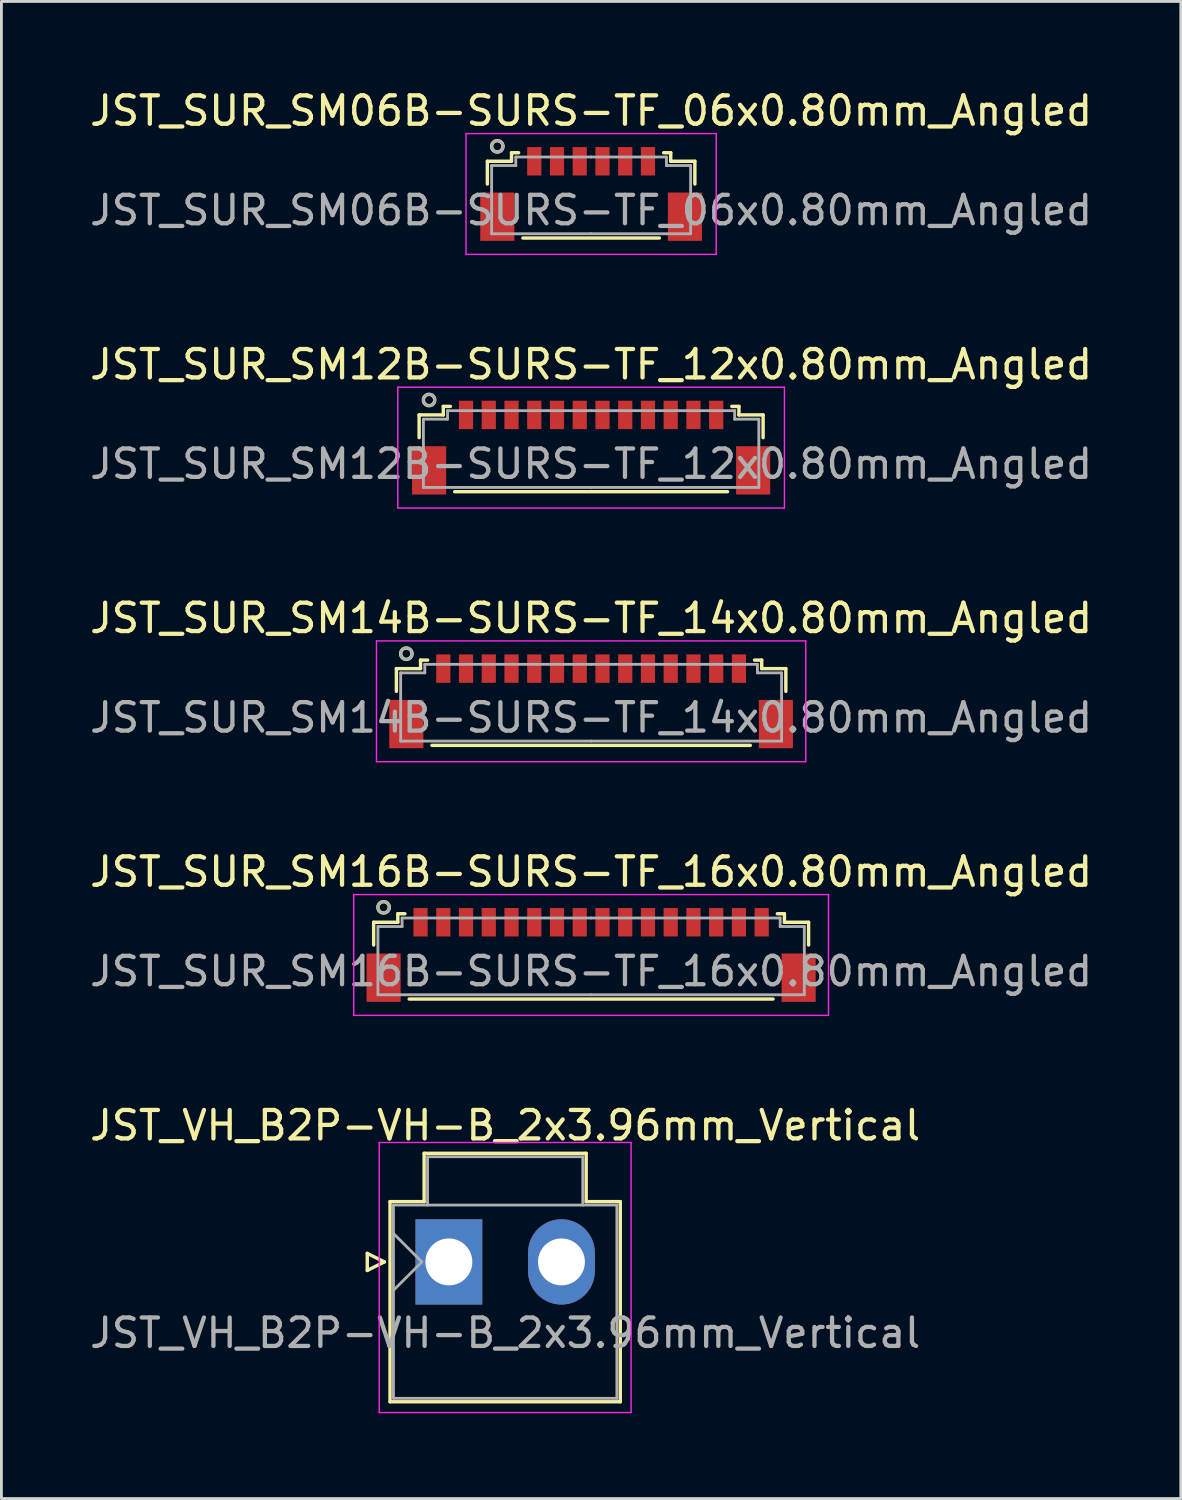
<source format=kicad_pcb>
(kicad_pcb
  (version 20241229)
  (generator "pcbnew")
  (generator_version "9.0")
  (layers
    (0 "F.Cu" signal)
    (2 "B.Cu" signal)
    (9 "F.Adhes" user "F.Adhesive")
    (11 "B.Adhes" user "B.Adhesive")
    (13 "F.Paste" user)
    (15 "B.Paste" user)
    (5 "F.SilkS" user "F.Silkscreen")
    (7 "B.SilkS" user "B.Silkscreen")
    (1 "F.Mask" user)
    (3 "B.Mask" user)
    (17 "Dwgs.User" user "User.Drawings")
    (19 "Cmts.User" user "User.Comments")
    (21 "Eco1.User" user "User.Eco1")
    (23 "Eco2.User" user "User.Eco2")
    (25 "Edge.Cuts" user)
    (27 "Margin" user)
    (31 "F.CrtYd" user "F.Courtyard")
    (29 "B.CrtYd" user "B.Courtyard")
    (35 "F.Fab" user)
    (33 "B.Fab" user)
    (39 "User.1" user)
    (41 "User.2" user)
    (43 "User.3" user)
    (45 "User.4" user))
  (footprint "JST_VH_B2P-VH-B_2x3.96mm_Vertical"
    (layer "F.Cu")
    (at 12.74 41.341)
    (property "Reference" "JST_VH_B2P-VH-B_2x3.96mm_Vertical" (at 1.98 -4.8 0) (layer "F.SilkS") (effects (font (size 1 1) (thickness 0.15))))
    (attr through_hole)
    (fp_line (start -2.87 -0.3) (end -2.27 0) (stroke (width 0.12) (type solid)) (layer "F.SilkS"))
    (fp_line (start -2.87 0.3) (end -2.87 -0.3) (stroke (width 0.12) (type solid)) (layer "F.SilkS"))
    (fp_line (start -2.27 0) (end -2.87 0.3) (stroke (width 0.12) (type solid)) (layer "F.SilkS"))
    (fp_line (start -2.07 -2.12) (end -0.87 -2.12) (stroke (width 0.12) (type solid)) (layer "F.SilkS"))
    (fp_line (start -2.07 4.92) (end -2.07 -2.12) (stroke (width 0.12) (type solid)) (layer "F.SilkS"))
    (fp_line (start -0.87 -3.82) (end 4.83 -3.82) (stroke (width 0.12) (type solid)) (layer "F.SilkS"))
    (fp_line (start -0.87 -2.12) (end -0.87 -3.82) (stroke (width 0.12) (type solid)) (layer "F.SilkS"))
    (fp_line (start 4.83 -3.82) (end 4.83 -2.12) (stroke (width 0.12) (type solid)) (layer "F.SilkS"))
    (fp_line (start 4.83 -2.12) (end 6.03 -2.12) (stroke (width 0.12) (type solid)) (layer "F.SilkS"))
    (fp_line (start 6.03 -2.12) (end 6.03 4.92) (stroke (width 0.12) (type solid)) (layer "F.SilkS"))
    (fp_line (start 6.03 4.92) (end -2.07 4.92) (stroke (width 0.12) (type solid)) (layer "F.SilkS"))
    (fp_line (start -2.45 -4.2) (end -2.45 5.3) (stroke (width 0.05) (type solid)) (layer "F.CrtYd"))
    (fp_line (start -2.45 5.3) (end 6.41 5.3) (stroke (width 0.05) (type solid)) (layer "F.CrtYd"))
    (fp_line (start 6.41 -4.2) (end -2.45 -4.2) (stroke (width 0.05) (type solid)) (layer "F.CrtYd"))
    (fp_line (start 6.41 5.3) (end 6.41 -4.2) (stroke (width 0.05) (type solid)) (layer "F.CrtYd"))
    (fp_line (start -1.95 -2) (end -1.95 4.8) (stroke (width 0.1) (type solid)) (layer "F.Fab"))
    (fp_line (start -1.95 -1) (end -0.95 0) (stroke (width 0.1) (type solid)) (layer "F.Fab"))
    (fp_line (start -1.95 1) (end -0.95 0) (stroke (width 0.1) (type solid)) (layer "F.Fab"))
    (fp_line (start -1.95 4.8) (end 5.91 4.8) (stroke (width 0.1) (type solid)) (layer "F.Fab"))
    (fp_line (start -0.75 -3.7) (end 4.71 -3.7) (stroke (width 0.1) (type solid)) (layer "F.Fab"))
    (fp_line (start -0.75 -2) (end -0.75 -3.7) (stroke (width 0.1) (type solid)) (layer "F.Fab"))
    (fp_line (start 4.71 -3.7) (end 4.71 -2) (stroke (width 0.1) (type solid)) (layer "F.Fab"))
    (fp_line (start 5.91 -2) (end -1.95 -2) (stroke (width 0.1) (type solid)) (layer "F.Fab"))
    (fp_line (start 5.91 4.8) (end 5.91 -2) (stroke (width 0.1) (type solid)) (layer "F.Fab"))
    (fp_text user "${REFERENCE}" (at 1.98 2.5 0) (layer "F.Fab") (effects (font (size 1 1) (thickness 0.15))))
    (pad "1" thru_hole rect (at 0 0) (size 2.35 3) (drill 1.65) (layers "*.Cu" "*.Mask"))
    (pad "2" thru_hole oval (at 3.96 0) (size 2.35 3) (drill 1.65) (layers "*.Cu" "*.Mask")))
  (footprint "JST_SUR_SM06B-SURS-TF_06x0.80mm_Angled"
    (layer "F.Cu")
    (at 17.744 3.598)
    (property "Reference" "JST_SUR_SM06B-SURS-TF_06x0.80mm_Angled" (at 0 -2.75 0) (layer "F.SilkS") (effects (font (size 1 1) (thickness 0.15))))
    (attr smd)
    (fp_line (start -3.65 -0.975) (end -3.65 -0.175) (stroke (width 0.12) (type solid)) (layer "F.SilkS"))
    (fp_line (start -2.8 -1.275) (end -2.8 -0.975) (stroke (width 0.12) (type solid)) (layer "F.SilkS"))
    (fp_line (start -2.8 -0.975) (end -3.65 -0.975) (stroke (width 0.12) (type solid)) (layer "F.SilkS"))
    (fp_line (start -2.55 -1.275) (end -2.8 -1.275) (stroke (width 0.12) (type solid)) (layer "F.SilkS"))
    (fp_line (start -2.4 1.725) (end 2.4 1.725) (stroke (width 0.12) (type solid)) (layer "F.SilkS"))
    (fp_line (start 2.55 -1.275) (end 2.8 -1.275) (stroke (width 0.12) (type solid)) (layer "F.SilkS"))
    (fp_line (start 2.8 -1.275) (end 2.8 -0.975) (stroke (width 0.12) (type solid)) (layer "F.SilkS"))
    (fp_line (start 2.8 -0.975) (end 3.65 -0.975) (stroke (width 0.12) (type solid)) (layer "F.SilkS"))
    (fp_line (start 3.65 -0.975) (end 3.65 -0.175) (stroke (width 0.12) (type solid)) (layer "F.SilkS"))
    (fp_circle (center -3.3 -1.5) (end -3.1 -1.5) (stroke (width 0.12) (type solid)) (fill no) (layer "F.SilkS"))
    (fp_line (start -4.4 -1.95) (end 4.4 -1.95) (stroke (width 0.05) (type solid)) (layer "F.CrtYd"))
    (fp_line (start -4.4 2.3) (end -4.4 -1.95) (stroke (width 0.05) (type solid)) (layer "F.CrtYd"))
    (fp_line (start 4.4 -1.95) (end 4.4 2.3) (stroke (width 0.05) (type solid)) (layer "F.CrtYd"))
    (fp_line (start 4.4 2.3) (end -4.4 2.3) (stroke (width 0.05) (type solid)) (layer "F.CrtYd"))
    (fp_line (start -3.5 -0.825) (end -3.5 1.575) (stroke (width 0.1) (type solid)) (layer "F.Fab"))
    (fp_line (start -3.5 1.575) (end 0 1.575) (stroke (width 0.1) (type solid)) (layer "F.Fab"))
    (fp_line (start -2.65 -1.125) (end -2.65 -0.825) (stroke (width 0.1) (type solid)) (layer "F.Fab"))
    (fp_line (start -2.65 -0.825) (end -3.5 -0.825) (stroke (width 0.1) (type solid)) (layer "F.Fab"))
    (fp_line (start 0 -1.125) (end -2.65 -1.125) (stroke (width 0.1) (type solid)) (layer "F.Fab"))
    (fp_line (start 0 -1.125) (end 2.65 -1.125) (stroke (width 0.1) (type solid)) (layer "F.Fab"))
    (fp_line (start 2.65 -1.125) (end 2.65 -0.825) (stroke (width 0.1) (type solid)) (layer "F.Fab"))
    (fp_line (start 2.65 -0.825) (end 3.5 -0.825) (stroke (width 0.1) (type solid)) (layer "F.Fab"))
    (fp_line (start 3.5 -0.825) (end 3.5 1.575) (stroke (width 0.1) (type solid)) (layer "F.Fab"))
    (fp_line (start 3.5 1.575) (end 0 1.575) (stroke (width 0.1) (type solid)) (layer "F.Fab"))
    (fp_circle (center -3.3 -1.5) (end -3.1 -1.5) (stroke (width 0.1) (type solid)) (fill no) (layer "F.Fab"))
    (fp_text user "${REFERENCE}" (at 0 0.75 0) (layer "F.Fab") (effects (font (size 1 1) (thickness 0.15))))
    (pad "" smd rect (at -3.3 0.975) (size 1.2 1.7) (layers "F.Cu" "F.Mask" "F.Paste"))
    (pad "" smd rect (at 3.3 0.975) (size 1.2 1.7) (layers "F.Cu" "F.Mask" "F.Paste"))
    (pad "1" smd rect (at -2 -0.975) (size 0.5 1) (layers "F.Cu" "F.Mask" "F.Paste"))
    (pad "2" smd rect (at -1.2 -0.975) (size 0.5 1) (layers "F.Cu" "F.Mask" "F.Paste"))
    (pad "3" smd rect (at -0.4 -0.975) (size 0.5 1) (layers "F.Cu" "F.Mask" "F.Paste"))
    (pad "4" smd rect (at 0.4 -0.975) (size 0.5 1) (layers "F.Cu" "F.Mask" "F.Paste"))
    (pad "5" smd rect (at 1.2 -0.975) (size 0.5 1) (layers "F.Cu" "F.Mask" "F.Paste"))
    (pad "6" smd rect (at 2 -0.975) (size 0.5 1) (layers "F.Cu" "F.Mask" "F.Paste")))
  (footprint "JST_SUR_SM12B-SURS-TF_12x0.80mm_Angled"
    (layer "F.Cu")
    (at 17.744 12.521)
    (property "Reference" "JST_SUR_SM12B-SURS-TF_12x0.80mm_Angled" (at 0 -2.75 0) (layer "F.SilkS") (effects (font (size 1 1) (thickness 0.15))))
    (attr smd)
    (fp_line (start -6.05 -0.975) (end -6.05 -0.175) (stroke (width 0.12) (type solid)) (layer "F.SilkS"))
    (fp_line (start -5.2 -1.275) (end -5.2 -0.975) (stroke (width 0.12) (type solid)) (layer "F.SilkS"))
    (fp_line (start -5.2 -0.975) (end -6.05 -0.975) (stroke (width 0.12) (type solid)) (layer "F.SilkS"))
    (fp_line (start -4.95 -1.275) (end -5.2 -1.275) (stroke (width 0.12) (type solid)) (layer "F.SilkS"))
    (fp_line (start -4.8 1.725) (end 4.8 1.725) (stroke (width 0.12) (type solid)) (layer "F.SilkS"))
    (fp_line (start 4.95 -1.275) (end 5.2 -1.275) (stroke (width 0.12) (type solid)) (layer "F.SilkS"))
    (fp_line (start 5.2 -1.275) (end 5.2 -0.975) (stroke (width 0.12) (type solid)) (layer "F.SilkS"))
    (fp_line (start 5.2 -0.975) (end 6.05 -0.975) (stroke (width 0.12) (type solid)) (layer "F.SilkS"))
    (fp_line (start 6.05 -0.975) (end 6.05 -0.175) (stroke (width 0.12) (type solid)) (layer "F.SilkS"))
    (fp_circle (center -5.7 -1.5) (end -5.5 -1.5) (stroke (width 0.12) (type solid)) (fill no) (layer "F.SilkS"))
    (fp_line (start -6.8 -1.95) (end 6.8 -1.95) (stroke (width 0.05) (type solid)) (layer "F.CrtYd"))
    (fp_line (start -6.8 2.3) (end -6.8 -1.95) (stroke (width 0.05) (type solid)) (layer "F.CrtYd"))
    (fp_line (start 6.8 -1.95) (end 6.8 2.3) (stroke (width 0.05) (type solid)) (layer "F.CrtYd"))
    (fp_line (start 6.8 2.3) (end -6.8 2.3) (stroke (width 0.05) (type solid)) (layer "F.CrtYd"))
    (fp_line (start -5.9 -0.825) (end -5.9 1.575) (stroke (width 0.1) (type solid)) (layer "F.Fab"))
    (fp_line (start -5.9 1.575) (end 0 1.575) (stroke (width 0.1) (type solid)) (layer "F.Fab"))
    (fp_line (start -5.05 -1.125) (end -5.05 -0.825) (stroke (width 0.1) (type solid)) (layer "F.Fab"))
    (fp_line (start -5.05 -0.825) (end -5.9 -0.825) (stroke (width 0.1) (type solid)) (layer "F.Fab"))
    (fp_line (start 0 -1.125) (end -5.05 -1.125) (stroke (width 0.1) (type solid)) (layer "F.Fab"))
    (fp_line (start 0 -1.125) (end 5.05 -1.125) (stroke (width 0.1) (type solid)) (layer "F.Fab"))
    (fp_line (start 5.05 -1.125) (end 5.05 -0.825) (stroke (width 0.1) (type solid)) (layer "F.Fab"))
    (fp_line (start 5.05 -0.825) (end 5.9 -0.825) (stroke (width 0.1) (type solid)) (layer "F.Fab"))
    (fp_line (start 5.9 -0.825) (end 5.9 1.575) (stroke (width 0.1) (type solid)) (layer "F.Fab"))
    (fp_line (start 5.9 1.575) (end 0 1.575) (stroke (width 0.1) (type solid)) (layer "F.Fab"))
    (fp_circle (center -5.7 -1.5) (end -5.5 -1.5) (stroke (width 0.1) (type solid)) (fill no) (layer "F.Fab"))
    (fp_text user "${REFERENCE}" (at 0 0.75 0) (layer "F.Fab") (effects (font (size 1 1) (thickness 0.15))))
    (pad "" smd rect (at -5.7 0.975) (size 1.2 1.7) (layers "F.Cu" "F.Mask" "F.Paste"))
    (pad "" smd rect (at 5.7 0.975) (size 1.2 1.7) (layers "F.Cu" "F.Mask" "F.Paste"))
    (pad "1" smd rect (at -4.4 -0.975) (size 0.5 1) (layers "F.Cu" "F.Mask" "F.Paste"))
    (pad "2" smd rect (at -3.6 -0.975) (size 0.5 1) (layers "F.Cu" "F.Mask" "F.Paste"))
    (pad "3" smd rect (at -2.8 -0.975) (size 0.5 1) (layers "F.Cu" "F.Mask" "F.Paste"))
    (pad "4" smd rect (at -2 -0.975) (size 0.5 1) (layers "F.Cu" "F.Mask" "F.Paste"))
    (pad "5" smd rect (at -1.2 -0.975) (size 0.5 1) (layers "F.Cu" "F.Mask" "F.Paste"))
    (pad "6" smd rect (at -0.4 -0.975) (size 0.5 1) (layers "F.Cu" "F.Mask" "F.Paste"))
    (pad "7" smd rect (at 0.4 -0.975) (size 0.5 1) (layers "F.Cu" "F.Mask" "F.Paste"))
    (pad "8" smd rect (at 1.2 -0.975) (size 0.5 1) (layers "F.Cu" "F.Mask" "F.Paste"))
    (pad "9" smd rect (at 2 -0.975) (size 0.5 1) (layers "F.Cu" "F.Mask" "F.Paste"))
    (pad "10" smd rect (at 2.8 -0.975) (size 0.5 1) (layers "F.Cu" "F.Mask" "F.Paste"))
    (pad "11" smd rect (at 3.6 -0.975) (size 0.5 1) (layers "F.Cu" "F.Mask" "F.Paste"))
    (pad "12" smd rect (at 4.4 -0.975) (size 0.5 1) (layers "F.Cu" "F.Mask" "F.Paste")))
  (footprint "JST_SUR_SM14B-SURS-TF_14x0.80mm_Angled"
    (layer "F.Cu")
    (at 17.744 21.445)
    (property "Reference" "JST_SUR_SM14B-SURS-TF_14x0.80mm_Angled" (at 0 -2.75 0) (layer "F.SilkS") (effects (font (size 1 1) (thickness 0.15))))
    (attr smd)
    (fp_line (start -6.85 -0.975) (end -6.85 -0.175) (stroke (width 0.12) (type solid)) (layer "F.SilkS"))
    (fp_line (start -6 -1.275) (end -6 -0.975) (stroke (width 0.12) (type solid)) (layer "F.SilkS"))
    (fp_line (start -6 -0.975) (end -6.85 -0.975) (stroke (width 0.12) (type solid)) (layer "F.SilkS"))
    (fp_line (start -5.75 -1.275) (end -6 -1.275) (stroke (width 0.12) (type solid)) (layer "F.SilkS"))
    (fp_line (start -5.6 1.725) (end 5.6 1.725) (stroke (width 0.12) (type solid)) (layer "F.SilkS"))
    (fp_line (start 5.75 -1.275) (end 6 -1.275) (stroke (width 0.12) (type solid)) (layer "F.SilkS"))
    (fp_line (start 6 -1.275) (end 6 -0.975) (stroke (width 0.12) (type solid)) (layer "F.SilkS"))
    (fp_line (start 6 -0.975) (end 6.85 -0.975) (stroke (width 0.12) (type solid)) (layer "F.SilkS"))
    (fp_line (start 6.85 -0.975) (end 6.85 -0.175) (stroke (width 0.12) (type solid)) (layer "F.SilkS"))
    (fp_circle (center -6.5 -1.5) (end -6.3 -1.5) (stroke (width 0.12) (type solid)) (fill no) (layer "F.SilkS"))
    (fp_line (start -7.55 -1.95) (end 7.55 -1.95) (stroke (width 0.05) (type solid)) (layer "F.CrtYd"))
    (fp_line (start -7.55 2.3) (end -7.55 -1.95) (stroke (width 0.05) (type solid)) (layer "F.CrtYd"))
    (fp_line (start 7.55 -1.95) (end 7.55 2.3) (stroke (width 0.05) (type solid)) (layer "F.CrtYd"))
    (fp_line (start 7.55 2.3) (end -7.55 2.3) (stroke (width 0.05) (type solid)) (layer "F.CrtYd"))
    (fp_line (start -6.7 -0.825) (end -6.7 1.575) (stroke (width 0.1) (type solid)) (layer "F.Fab"))
    (fp_line (start -6.7 1.575) (end 0 1.575) (stroke (width 0.1) (type solid)) (layer "F.Fab"))
    (fp_line (start -5.85 -1.125) (end -5.85 -0.825) (stroke (width 0.1) (type solid)) (layer "F.Fab"))
    (fp_line (start -5.85 -0.825) (end -6.7 -0.825) (stroke (width 0.1) (type solid)) (layer "F.Fab"))
    (fp_line (start 0 -1.125) (end -5.85 -1.125) (stroke (width 0.1) (type solid)) (layer "F.Fab"))
    (fp_line (start 0 -1.125) (end 5.85 -1.125) (stroke (width 0.1) (type solid)) (layer "F.Fab"))
    (fp_line (start 5.85 -1.125) (end 5.85 -0.825) (stroke (width 0.1) (type solid)) (layer "F.Fab"))
    (fp_line (start 5.85 -0.825) (end 6.7 -0.825) (stroke (width 0.1) (type solid)) (layer "F.Fab"))
    (fp_line (start 6.7 -0.825) (end 6.7 1.575) (stroke (width 0.1) (type solid)) (layer "F.Fab"))
    (fp_line (start 6.7 1.575) (end 0 1.575) (stroke (width 0.1) (type solid)) (layer "F.Fab"))
    (fp_circle (center -6.5 -1.5) (end -6.3 -1.5) (stroke (width 0.1) (type solid)) (fill no) (layer "F.Fab"))
    (fp_text user "${REFERENCE}" (at 0 0.75 0) (layer "F.Fab") (effects (font (size 1 1) (thickness 0.15))))
    (pad "" smd rect (at -6.5 0.975) (size 1.2 1.7) (layers "F.Cu" "F.Mask" "F.Paste"))
    (pad "" smd rect (at 6.5 0.975) (size 1.2 1.7) (layers "F.Cu" "F.Mask" "F.Paste"))
    (pad "1" smd rect (at -5.2 -0.975) (size 0.5 1) (layers "F.Cu" "F.Mask" "F.Paste"))
    (pad "2" smd rect (at -4.4 -0.975) (size 0.5 1) (layers "F.Cu" "F.Mask" "F.Paste"))
    (pad "3" smd rect (at -3.6 -0.975) (size 0.5 1) (layers "F.Cu" "F.Mask" "F.Paste"))
    (pad "4" smd rect (at -2.8 -0.975) (size 0.5 1) (layers "F.Cu" "F.Mask" "F.Paste"))
    (pad "5" smd rect (at -2 -0.975) (size 0.5 1) (layers "F.Cu" "F.Mask" "F.Paste"))
    (pad "6" smd rect (at -1.2 -0.975) (size 0.5 1) (layers "F.Cu" "F.Mask" "F.Paste"))
    (pad "7" smd rect (at -0.4 -0.975) (size 0.5 1) (layers "F.Cu" "F.Mask" "F.Paste"))
    (pad "8" smd rect (at 0.4 -0.975) (size 0.5 1) (layers "F.Cu" "F.Mask" "F.Paste"))
    (pad "9" smd rect (at 1.2 -0.975) (size 0.5 1) (layers "F.Cu" "F.Mask" "F.Paste"))
    (pad "10" smd rect (at 2 -0.975) (size 0.5 1) (layers "F.Cu" "F.Mask" "F.Paste"))
    (pad "11" smd rect (at 2.8 -0.975) (size 0.5 1) (layers "F.Cu" "F.Mask" "F.Paste"))
    (pad "12" smd rect (at 3.6 -0.975) (size 0.5 1) (layers "F.Cu" "F.Mask" "F.Paste"))
    (pad "13" smd rect (at 4.4 -0.975) (size 0.5 1) (layers "F.Cu" "F.Mask" "F.Paste"))
    (pad "14" smd rect (at 5.2 -0.975) (size 0.5 1) (layers "F.Cu" "F.Mask" "F.Paste")))
  (footprint "JST_SUR_SM16B-SURS-TF_16x0.80mm_Angled"
    (layer "F.Cu")
    (at 17.744 30.368)
    (property "Reference" "JST_SUR_SM16B-SURS-TF_16x0.80mm_Angled" (at 0 -2.75 0) (layer "F.SilkS") (effects (font (size 1 1) (thickness 0.15))))
    (attr smd)
    (fp_line (start -7.65 -0.975) (end -7.65 -0.175) (stroke (width 0.12) (type solid)) (layer "F.SilkS"))
    (fp_line (start -6.8 -1.275) (end -6.8 -0.975) (stroke (width 0.12) (type solid)) (layer "F.SilkS"))
    (fp_line (start -6.8 -0.975) (end -7.65 -0.975) (stroke (width 0.12) (type solid)) (layer "F.SilkS"))
    (fp_line (start -6.55 -1.275) (end -6.8 -1.275) (stroke (width 0.12) (type solid)) (layer "F.SilkS"))
    (fp_line (start -6.4 1.725) (end 6.4 1.725) (stroke (width 0.12) (type solid)) (layer "F.SilkS"))
    (fp_line (start 6.55 -1.275) (end 6.8 -1.275) (stroke (width 0.12) (type solid)) (layer "F.SilkS"))
    (fp_line (start 6.8 -1.275) (end 6.8 -0.975) (stroke (width 0.12) (type solid)) (layer "F.SilkS"))
    (fp_line (start 6.8 -0.975) (end 7.65 -0.975) (stroke (width 0.12) (type solid)) (layer "F.SilkS"))
    (fp_line (start 7.65 -0.975) (end 7.65 -0.175) (stroke (width 0.12) (type solid)) (layer "F.SilkS"))
    (fp_circle (center -7.3 -1.5) (end -7.1 -1.5) (stroke (width 0.12) (type solid)) (fill no) (layer "F.SilkS"))
    (fp_line (start -8.35 -1.95) (end 8.35 -1.95) (stroke (width 0.05) (type solid)) (layer "F.CrtYd"))
    (fp_line (start -8.35 2.3) (end -8.35 -1.95) (stroke (width 0.05) (type solid)) (layer "F.CrtYd"))
    (fp_line (start 8.35 -1.95) (end 8.35 2.3) (stroke (width 0.05) (type solid)) (layer "F.CrtYd"))
    (fp_line (start 8.35 2.3) (end -8.35 2.3) (stroke (width 0.05) (type solid)) (layer "F.CrtYd"))
    (fp_line (start -7.5 -0.825) (end -7.5 1.575) (stroke (width 0.1) (type solid)) (layer "F.Fab"))
    (fp_line (start -7.5 1.575) (end 0 1.575) (stroke (width 0.1) (type solid)) (layer "F.Fab"))
    (fp_line (start -6.65 -1.125) (end -6.65 -0.825) (stroke (width 0.1) (type solid)) (layer "F.Fab"))
    (fp_line (start -6.65 -0.825) (end -7.5 -0.825) (stroke (width 0.1) (type solid)) (layer "F.Fab"))
    (fp_line (start 0 -1.125) (end -6.65 -1.125) (stroke (width 0.1) (type solid)) (layer "F.Fab"))
    (fp_line (start 0 -1.125) (end 6.65 -1.125) (stroke (width 0.1) (type solid)) (layer "F.Fab"))
    (fp_line (start 6.65 -1.125) (end 6.65 -0.825) (stroke (width 0.1) (type solid)) (layer "F.Fab"))
    (fp_line (start 6.65 -0.825) (end 7.5 -0.825) (stroke (width 0.1) (type solid)) (layer "F.Fab"))
    (fp_line (start 7.5 -0.825) (end 7.5 1.575) (stroke (width 0.1) (type solid)) (layer "F.Fab"))
    (fp_line (start 7.5 1.575) (end 0 1.575) (stroke (width 0.1) (type solid)) (layer "F.Fab"))
    (fp_circle (center -7.3 -1.5) (end -7.1 -1.5) (stroke (width 0.1) (type solid)) (fill no) (layer "F.Fab"))
    (fp_text user "${REFERENCE}" (at 0 0.75 0) (layer "F.Fab") (effects (font (size 1 1) (thickness 0.15))))
    (pad "" smd rect (at -7.3 0.975) (size 1.2 1.7) (layers "F.Cu" "F.Mask" "F.Paste"))
    (pad "" smd rect (at 7.3 0.975) (size 1.2 1.7) (layers "F.Cu" "F.Mask" "F.Paste"))
    (pad "1" smd rect (at -6 -0.975) (size 0.5 1) (layers "F.Cu" "F.Mask" "F.Paste"))
    (pad "2" smd rect (at -5.2 -0.975) (size 0.5 1) (layers "F.Cu" "F.Mask" "F.Paste"))
    (pad "3" smd rect (at -4.4 -0.975) (size 0.5 1) (layers "F.Cu" "F.Mask" "F.Paste"))
    (pad "4" smd rect (at -3.6 -0.975) (size 0.5 1) (layers "F.Cu" "F.Mask" "F.Paste"))
    (pad "5" smd rect (at -2.8 -0.975) (size 0.5 1) (layers "F.Cu" "F.Mask" "F.Paste"))
    (pad "6" smd rect (at -2 -0.975) (size 0.5 1) (layers "F.Cu" "F.Mask" "F.Paste"))
    (pad "7" smd rect (at -1.2 -0.975) (size 0.5 1) (layers "F.Cu" "F.Mask" "F.Paste"))
    (pad "8" smd rect (at -0.4 -0.975) (size 0.5 1) (layers "F.Cu" "F.Mask" "F.Paste"))
    (pad "9" smd rect (at 0.4 -0.975) (size 0.5 1) (layers "F.Cu" "F.Mask" "F.Paste"))
    (pad "10" smd rect (at 1.2 -0.975) (size 0.5 1) (layers "F.Cu" "F.Mask" "F.Paste"))
    (pad "11" smd rect (at 2 -0.975) (size 0.5 1) (layers "F.Cu" "F.Mask" "F.Paste"))
    (pad "12" smd rect (at 2.8 -0.975) (size 0.5 1) (layers "F.Cu" "F.Mask" "F.Paste"))
    (pad "13" smd rect (at 3.6 -0.975) (size 0.5 1) (layers "F.Cu" "F.Mask" "F.Paste"))
    (pad "14" smd rect (at 4.4 -0.975) (size 0.5 1) (layers "F.Cu" "F.Mask" "F.Paste"))
    (pad "15" smd rect (at 5.2 -0.975) (size 0.5 1) (layers "F.Cu" "F.Mask" "F.Paste"))
    (pad "16" smd rect (at 6 -0.975) (size 0.5 1) (layers "F.Cu" "F.Mask" "F.Paste")))
  (gr_rect
    (start -3 -3)
    (end 38.488 49.666)
    (stroke (width 0.1) (type default))
    (fill no)
    (layer "Edge.Cuts")))
</source>
